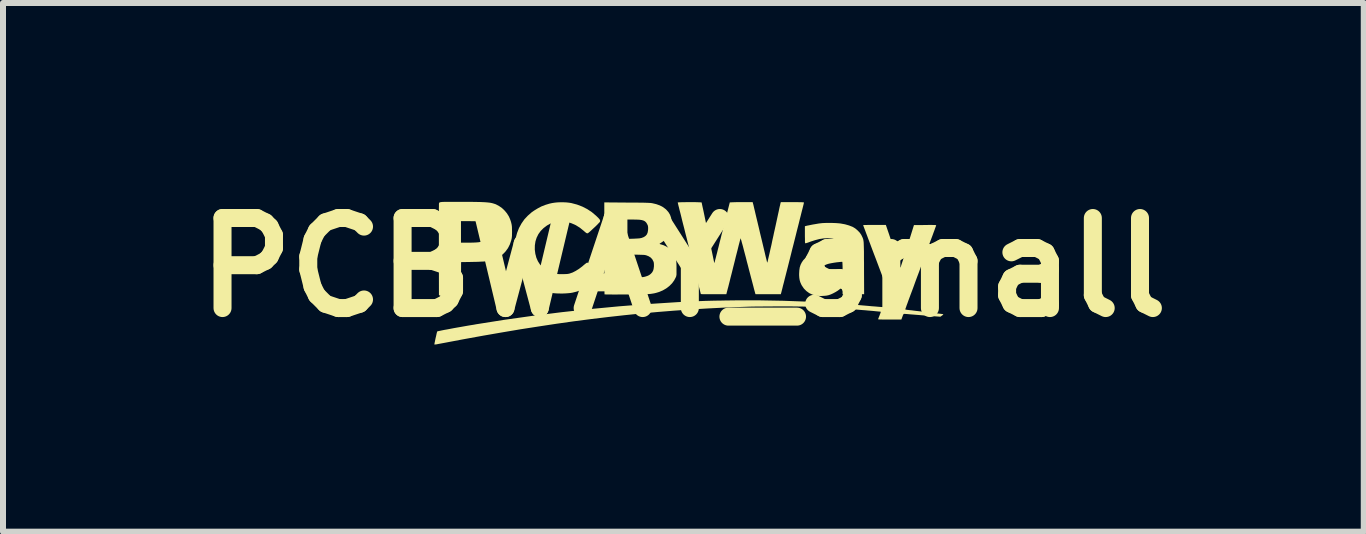
<source format=kicad_pcb>
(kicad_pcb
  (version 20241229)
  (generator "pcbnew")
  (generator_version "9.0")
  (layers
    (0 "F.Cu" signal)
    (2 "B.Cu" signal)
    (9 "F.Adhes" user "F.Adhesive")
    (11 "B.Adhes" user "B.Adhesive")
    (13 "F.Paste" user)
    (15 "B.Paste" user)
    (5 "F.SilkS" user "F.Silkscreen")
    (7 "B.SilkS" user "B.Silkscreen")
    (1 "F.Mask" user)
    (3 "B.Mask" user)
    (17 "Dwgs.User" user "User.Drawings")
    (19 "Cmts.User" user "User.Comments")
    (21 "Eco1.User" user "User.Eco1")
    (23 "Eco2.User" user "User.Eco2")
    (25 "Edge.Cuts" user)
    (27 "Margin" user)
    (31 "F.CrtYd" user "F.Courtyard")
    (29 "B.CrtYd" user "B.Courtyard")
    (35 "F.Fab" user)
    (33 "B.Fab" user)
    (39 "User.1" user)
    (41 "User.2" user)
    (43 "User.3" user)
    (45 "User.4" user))
  (footprint "PCBWAY_small"
    (layer "F.Cu")
    (at 8.336 1.404)
    (property "Reference" "PCBWAY_small" (at 0 0 0) (layer "F.SilkS") (effects (font (size 1.5 1.5) (thickness 0.3))))
    (attr board_only exclude_from_pos_files exclude_from_bom)
    (fp_poly (pts (xy -2.002 -1.084) (xy -1.952 -1.082) (xy -1.906 -1.077) (xy -1.868 -1.071) (xy -1.773 -1.046) (xy -1.684 -1.012) (xy -1.602 -0.97) (xy -1.525 -0.919) (xy -1.454 -0.859) (xy -1.448 -0.853) (xy -1.423 -0.829) (xy -1.406 -0.811) (xy -1.394 -0.796) (xy -1.389 -0.784) (xy -1.387 -0.773) (xy -1.389 -0.762) (xy -1.393 -0.756) (xy -1.404 -0.743) (xy -1.421 -0.726) (xy -1.441 -0.705) (xy -1.464 -0.682) (xy -1.489 -0.659) (xy -1.514 -0.636) (xy -1.537 -0.614) (xy -1.558 -0.595) (xy -1.575 -0.581) (xy -1.588 -0.571) (xy -1.592 -0.568) (xy -1.601 -0.567) (xy -1.611 -0.569) (xy -1.623 -0.576) (xy -1.639 -0.589) (xy -1.661 -0.608) (xy -1.663 -0.61) (xy -1.725 -0.66) (xy -1.792 -0.702) (xy -1.862 -0.733) (xy -1.913 -0.75) (xy -1.933 -0.755) (xy -1.955 -0.758) (xy -1.98 -0.76) (xy -2.011 -0.761) (xy -2.03 -0.761) (xy -2.087 -0.759) (xy -2.137 -0.753) (xy -2.182 -0.742) (xy -2.224 -0.725) (xy -2.266 -0.701) (xy -2.273 -0.697) (xy -2.33 -0.654) (xy -2.378 -0.606) (xy -2.416 -0.553) (xy -2.445 -0.495) (xy -2.465 -0.432) (xy -2.475 -0.365) (xy -2.476 -0.295) (xy -2.467 -0.225) (xy -2.45 -0.16) (xy -2.424 -0.101) (xy -2.39 -0.048) (xy -2.347 -0.002) (xy -2.296 0.038) (xy -2.238 0.071) (xy -2.207 0.085) (xy -2.18 0.096) (xy -2.156 0.103) (xy -2.13 0.109) (xy -2.102 0.111) (xy -2.068 0.113) (xy -2.027 0.113) (xy -1.989 0.113) (xy -1.96 0.112) (xy -1.937 0.111) (xy -1.918 0.108) (xy -1.902 0.105) (xy -1.898 0.104) (xy -1.846 0.086) (xy -1.795 0.06) (xy -1.742 0.027) (xy -1.686 -0.015) (xy -1.662 -0.036) (xy -1.64 -0.054) (xy -1.622 -0.068) (xy -1.608 -0.077) (xy -1.601 -0.079) (xy -1.594 -0.076) (xy -1.581 -0.065) (xy -1.564 -0.05) (xy -1.543 -0.03) (xy -1.52 -0.008) (xy -1.496 0.017) (xy -1.472 0.042) (xy -1.449 0.066) (xy -1.428 0.088) (xy -1.411 0.107) (xy -1.4 0.121) (xy -1.394 0.13) (xy -1.394 0.131) (xy -1.393 0.141) (xy -1.395 0.152) (xy -1.403 0.164) (xy -1.417 0.179) (xy -1.437 0.199) (xy -1.454 0.213) (xy -1.52 0.268) (xy -1.584 0.313) (xy -1.647 0.35) (xy -1.712 0.381) (xy -1.781 0.405) (xy -1.85 0.422) (xy -1.88 0.427) (xy -1.918 0.431) (xy -1.961 0.434) (xy -2.007 0.436) (xy -2.053 0.436) (xy -2.097 0.435) (xy -2.135 0.433) (xy -2.167 0.43) (xy -2.169 0.43) (xy -2.259 0.411) (xy -2.343 0.384) (xy -2.42 0.349) (xy -2.49 0.307) (xy -2.507 0.295) (xy -2.576 0.238) (xy -2.635 0.177) (xy -2.686 0.109) (xy -2.728 0.036) (xy -2.762 -0.043) (xy -2.787 -0.129) (xy -2.795 -0.164) (xy -2.802 -0.208) (xy -2.806 -0.258) (xy -2.808 -0.311) (xy -2.807 -0.366) (xy -2.804 -0.417) (xy -2.799 -0.463) (xy -2.795 -0.485) (xy -2.771 -0.573) (xy -2.739 -0.655) (xy -2.698 -0.73) (xy -2.65 -0.799) (xy -2.592 -0.861) (xy -2.527 -0.918) (xy -2.488 -0.945) (xy -2.426 -0.983) (xy -2.365 -1.015) (xy -2.301 -1.04) (xy -2.232 -1.061) (xy -2.187 -1.071) (xy -2.149 -1.077) (xy -2.103 -1.082) (xy -2.053 -1.084)) (stroke (width 0) (type solid)) (fill yes) (layer "F.SilkS"))
    (fp_poly (pts (xy -3.783 -1.091) (xy -3.718 -1.091) (xy -3.632 -1.091) (xy -3.556 -1.091) (xy -3.489 -1.09) (xy -3.43 -1.089) (xy -3.379 -1.088) (xy -3.334 -1.086) (xy -3.296 -1.084) (xy -3.262 -1.081) (xy -3.233 -1.078) (xy -3.208 -1.074) (xy -3.185 -1.069) (xy -3.164 -1.063) (xy -3.145 -1.057) (xy -3.127 -1.051) (xy -3.075 -1.024) (xy -3.024 -0.989) (xy -2.979 -0.946) (xy -2.939 -0.898) (xy -2.907 -0.846) (xy -2.89 -0.807) (xy -2.877 -0.772) (xy -2.868 -0.74) (xy -2.861 -0.708) (xy -2.857 -0.674) (xy -2.856 -0.634) (xy -2.855 -0.59) (xy -2.856 -0.555) (xy -2.856 -0.527) (xy -2.858 -0.506) (xy -2.86 -0.487) (xy -2.864 -0.469) (xy -2.869 -0.448) (xy -2.869 -0.448) (xy -2.892 -0.381) (xy -2.923 -0.32) (xy -2.963 -0.265) (xy -3.009 -0.217) (xy -3.063 -0.176) (xy -3.122 -0.143) (xy -3.136 -0.137) (xy -3.163 -0.127) (xy -3.189 -0.119) (xy -3.218 -0.112) (xy -3.249 -0.106) (xy -3.284 -0.101) (xy -3.325 -0.097) (xy -3.372 -0.095) (xy -3.427 -0.092) (xy -3.49 -0.091) (xy -3.516 -0.09) (xy -3.704 -0.087) (xy -3.705 0.177) (xy -3.705 0.229) (xy -3.705 0.278) (xy -3.705 0.322) (xy -3.706 0.362) (xy -3.706 0.396) (xy -3.706 0.422) (xy -3.706 0.44) (xy -3.706 0.449) (xy -3.706 0.449) (xy -3.71 0.46) (xy -3.717 0.469) (xy -3.72 0.472) (xy -3.725 0.475) (xy -3.731 0.476) (xy -3.741 0.478) (xy -3.756 0.479) (xy -3.776 0.479) (xy -3.803 0.48) (xy -3.838 0.48) (xy -3.882 0.48) (xy -3.887 0.48) (xy -3.933 0.48) (xy -3.969 0.48) (xy -3.997 0.479) (xy -4.018 0.479) (xy -4.033 0.478) (xy -4.044 0.476) (xy -4.051 0.475) (xy -4.056 0.472) (xy -4.06 0.47) (xy -4.073 0.46) (xy -4.074 -0.291) (xy -4.074 -0.379) (xy -4.074 -0.465) (xy -4.074 -0.547) (xy -4.074 -0.59) (xy -3.706 -0.59) (xy -3.706 -0.411) (xy -3.59 -0.411) (xy -3.552 -0.411) (xy -3.514 -0.412) (xy -3.478 -0.413) (xy -3.447 -0.415) (xy -3.423 -0.417) (xy -3.42 -0.417) (xy -3.394 -0.421) (xy -3.368 -0.425) (xy -3.347 -0.431) (xy -3.339 -0.433) (xy -3.306 -0.45) (xy -3.277 -0.476) (xy -3.253 -0.507) (xy -3.25 -0.512) (xy -3.243 -0.526) (xy -3.238 -0.538) (xy -3.236 -0.552) (xy -3.235 -0.57) (xy -3.234 -0.593) (xy -3.235 -0.618) (xy -3.236 -0.636) (xy -3.238 -0.649) (xy -3.243 -0.661) (xy -3.25 -0.674) (xy -3.274 -0.708) (xy -3.306 -0.734) (xy -3.345 -0.753) (xy -3.39 -0.764) (xy -3.394 -0.765) (xy -3.409 -0.766) (xy -3.433 -0.767) (xy -3.463 -0.768) (xy -3.499 -0.769) (xy -3.537 -0.769) (xy -3.568 -0.77) (xy -3.706 -0.77) (xy -3.706 -0.59) (xy -4.074 -0.59) (xy -4.074 -0.626) (xy -4.074 -0.699) (xy -4.074 -0.768) (xy -4.074 -0.831) (xy -4.074 -0.887) (xy -4.074 -0.937) (xy -4.074 -0.979) (xy -4.073 -1.013) (xy -4.073 -1.037) (xy -4.073 -1.053) (xy -4.073 -1.058) (xy -4.072 -1.065) (xy -4.07 -1.07) (xy -4.069 -1.075) (xy -4.065 -1.079) (xy -4.06 -1.082) (xy -4.051 -1.085) (xy -4.039 -1.087) (xy -4.022 -1.089) (xy -4 -1.09) (xy -3.971 -1.091) (xy -3.936 -1.091) (xy -3.894 -1.091) (xy -3.843 -1.091)) (stroke (width 0) (type solid)) (fill yes) (layer "F.SilkS"))
    (fp_poly (pts (xy 2.499 -0.739) (xy 2.545 -0.737) (xy 2.585 -0.734) (xy 2.615 -0.731) (xy 2.692 -0.717) (xy 2.759 -0.698) (xy 2.818 -0.675) (xy 2.82 -0.674) (xy 2.862 -0.649) (xy 2.901 -0.616) (xy 2.936 -0.58) (xy 2.963 -0.541) (xy 2.97 -0.527) (xy 2.976 -0.514) (xy 2.982 -0.502) (xy 2.987 -0.491) (xy 2.991 -0.48) (xy 2.995 -0.468) (xy 2.998 -0.455) (xy 3 -0.44) (xy 3.003 -0.421) (xy 3.004 -0.399) (xy 3.005 -0.372) (xy 3.006 -0.34) (xy 3.007 -0.302) (xy 3.008 -0.258) (xy 3.008 -0.205) (xy 3.008 -0.145) (xy 3.009 -0.076) (xy 3.009 0.003) (xy 3.009 0.012) (xy 3.011 0.448) (xy 2.831 0.448) (xy 2.652 0.448) (xy 2.652 0.39) (xy 2.651 0.367) (xy 2.65 0.348) (xy 2.649 0.336) (xy 2.647 0.332) (xy 2.642 0.335) (xy 2.63 0.344) (xy 2.614 0.356) (xy 2.601 0.367) (xy 2.57 0.39) (xy 2.534 0.412) (xy 2.495 0.433) (xy 2.456 0.451) (xy 2.421 0.463) (xy 2.409 0.466) (xy 2.379 0.472) (xy 2.343 0.475) (xy 2.305 0.477) (xy 2.267 0.477) (xy 2.233 0.475) (xy 2.212 0.472) (xy 2.151 0.455) (xy 2.097 0.43) (xy 2.05 0.396) (xy 2.008 0.354) (xy 1.973 0.303) (xy 1.961 0.28) (xy 1.947 0.247) (xy 1.937 0.213) (xy 1.931 0.176) (xy 1.928 0.133) (xy 1.928 0.108) (xy 1.929 0.086) (xy 2.293 0.086) (xy 2.297 0.127) (xy 2.307 0.159) (xy 2.324 0.185) (xy 2.35 0.204) (xy 2.384 0.217) (xy 2.4 0.221) (xy 2.429 0.225) (xy 2.463 0.225) (xy 2.498 0.221) (xy 2.529 0.215) (xy 2.544 0.211) (xy 2.572 0.198) (xy 2.601 0.182) (xy 2.627 0.165) (xy 2.64 0.153) (xy 2.644 0.149) (xy 2.647 0.145) (xy 2.649 0.138) (xy 2.65 0.127) (xy 2.651 0.112) (xy 2.652 0.091) (xy 2.652 0.061) (xy 2.652 0.026) (xy 2.652 -0.007) (xy 2.651 -0.037) (xy 2.65 -0.062) (xy 2.649 -0.08) (xy 2.648 -0.09) (xy 2.648 -0.091) (xy 2.641 -0.092) (xy 2.627 -0.091) (xy 2.605 -0.089) (xy 2.578 -0.086) (xy 2.557 -0.084) (xy 2.509 -0.077) (xy 2.464 -0.069) (xy 2.424 -0.061) (xy 2.391 -0.051) (xy 2.367 -0.041) (xy 2.359 -0.037) (xy 2.329 -0.013) (xy 2.309 0.016) (xy 2.297 0.051) (xy 2.293 0.086) (xy 1.929 0.086) (xy 1.931 0.051) (xy 1.938 0.002) (xy 1.952 -0.042) (xy 1.972 -0.082) (xy 1.998 -0.12) (xy 2 -0.122) (xy 2.038 -0.161) (xy 2.084 -0.195) (xy 2.14 -0.224) (xy 2.203 -0.249) (xy 2.274 -0.268) (xy 2.301 -0.274) (xy 2.33 -0.279) (xy 2.367 -0.284) (xy 2.41 -0.29) (xy 2.456 -0.295) (xy 2.502 -0.3) (xy 2.546 -0.305) (xy 2.586 -0.308) (xy 2.598 -0.309) (xy 2.653 -0.313) (xy 2.65 -0.341) (xy 2.643 -0.377) (xy 2.628 -0.406) (xy 2.606 -0.431) (xy 2.575 -0.45) (xy 2.536 -0.465) (xy 2.488 -0.476) (xy 2.46 -0.48) (xy 2.398 -0.485) (xy 2.334 -0.482) (xy 2.268 -0.472) (xy 2.198 -0.454) (xy 2.122 -0.43) (xy 2.11 -0.425) (xy 2.085 -0.416) (xy 2.062 -0.408) (xy 2.045 -0.403) (xy 2.035 -0.401) (xy 2.035 -0.401) (xy 2.032 -0.401) (xy 2.029 -0.403) (xy 2.027 -0.408) (xy 2.026 -0.416) (xy 2.025 -0.43) (xy 2.025 -0.45) (xy 2.025 -0.478) (xy 2.024 -0.514) (xy 2.024 -0.543) (xy 2.024 -0.685) (xy 2.044 -0.69) (xy 2.064 -0.695) (xy 2.091 -0.7) (xy 2.124 -0.707) (xy 2.16 -0.714) (xy 2.196 -0.72) (xy 2.231 -0.726) (xy 2.26 -0.731) (xy 2.28 -0.733) (xy 2.314 -0.737) (xy 2.355 -0.739) (xy 2.402 -0.74) (xy 2.45 -0.74)) (stroke (width 0) (type solid)) (fill yes) (layer "F.SilkS"))
    (fp_poly (pts (xy -0.945 -1.079) (xy -0.871 -1.079) (xy -0.806 -1.078) (xy -0.75 -1.078) (xy -0.702 -1.077) (xy -0.662 -1.077) (xy -0.629 -1.076) (xy -0.601 -1.075) (xy -0.578 -1.074) (xy -0.559 -1.073) (xy -0.543 -1.072) (xy -0.531 -1.07) (xy -0.522 -1.069) (xy -0.453 -1.053) (xy -0.392 -1.031) (xy -0.339 -1.003) (xy -0.292 -0.967) (xy -0.282 -0.957) (xy -0.248 -0.918) (xy -0.223 -0.876) (xy -0.206 -0.829) (xy -0.196 -0.776) (xy -0.193 -0.725) (xy -0.195 -0.68) (xy -0.2 -0.641) (xy -0.211 -0.604) (xy -0.228 -0.565) (xy -0.233 -0.554) (xy -0.258 -0.512) (xy -0.292 -0.472) (xy -0.332 -0.437) (xy -0.365 -0.414) (xy -0.382 -0.404) (xy -0.393 -0.396) (xy -0.397 -0.391) (xy -0.397 -0.39) (xy -0.39 -0.387) (xy -0.376 -0.382) (xy -0.367 -0.38) (xy -0.329 -0.368) (xy -0.289 -0.349) (xy -0.25 -0.327) (xy -0.213 -0.302) (xy -0.184 -0.276) (xy -0.178 -0.27) (xy -0.162 -0.25) (xy -0.148 -0.23) (xy -0.138 -0.208) (xy -0.13 -0.183) (xy -0.124 -0.153) (xy -0.12 -0.117) (xy -0.117 -0.075) (xy -0.115 -0.023) (xy -0.115 0.005) (xy -0.115 0.046) (xy -0.115 0.077) (xy -0.115 0.101) (xy -0.115 0.119) (xy -0.117 0.132) (xy -0.119 0.143) (xy -0.121 0.152) (xy -0.125 0.162) (xy -0.127 0.166) (xy -0.154 0.218) (xy -0.19 0.267) (xy -0.235 0.312) (xy -0.286 0.351) (xy -0.343 0.384) (xy -0.404 0.41) (xy -0.45 0.424) (xy -0.469 0.429) (xy -0.487 0.433) (xy -0.504 0.436) (xy -0.523 0.439) (xy -0.543 0.442) (xy -0.565 0.444) (xy -0.592 0.446) (xy -0.622 0.447) (xy -0.657 0.448) (xy -0.699 0.449) (xy -0.748 0.45) (xy -0.804 0.451) (xy -0.869 0.451) (xy -0.944 0.452) (xy -0.949 0.452) (xy -1.01 0.452) (xy -1.067 0.452) (xy -1.121 0.453) (xy -1.17 0.453) (xy -1.213 0.452) (xy -1.25 0.452) (xy -1.279 0.452) (xy -1.3 0.451) (xy -1.312 0.451) (xy -1.314 0.45) (xy -1.314 0.445) (xy -1.315 0.429) (xy -1.315 0.404) (xy -1.316 0.37) (xy -1.316 0.328) (xy -1.316 0.279) (xy -1.317 0.222) (xy -1.317 0.16) (xy -1.317 0.091) (xy -1.318 0.017) (xy -1.318 -0.02) (xy -0.933 -0.02) (xy -0.933 0.17) (xy -0.8 0.167) (xy -0.758 0.166) (xy -0.725 0.165) (xy -0.699 0.164) (xy -0.679 0.163) (xy -0.663 0.161) (xy -0.649 0.158) (xy -0.637 0.155) (xy -0.63 0.153) (xy -0.602 0.144) (xy -0.582 0.135) (xy -0.565 0.125) (xy -0.549 0.113) (xy -0.542 0.107) (xy -0.521 0.084) (xy -0.506 0.058) (xy -0.497 0.029) (xy -0.492 -0.008) (xy -0.491 -0.018) (xy -0.491 -0.045) (xy -0.492 -0.065) (xy -0.494 -0.081) (xy -0.499 -0.097) (xy -0.501 -0.101) (xy -0.519 -0.135) (xy -0.545 -0.163) (xy -0.58 -0.185) (xy -0.621 -0.201) (xy -0.64 -0.205) (xy -0.654 -0.207) (xy -0.677 -0.208) (xy -0.707 -0.209) (xy -0.741 -0.21) (xy -0.778 -0.211) (xy -0.802 -0.211) (xy -0.933 -0.211) (xy -0.933 -0.02) (xy -1.318 -0.02) (xy -1.318 -0.062) (xy -1.318 -0.144) (xy -1.318 -0.231) (xy -1.318 -0.318) (xy -1.318 -0.635) (xy -0.933 -0.635) (xy -0.933 -0.474) (xy -0.832 -0.477) (xy -0.79 -0.479) (xy -0.757 -0.481) (xy -0.731 -0.483) (xy -0.711 -0.487) (xy -0.696 -0.49) (xy -0.658 -0.505) (xy -0.629 -0.525) (xy -0.608 -0.55) (xy -0.595 -0.583) (xy -0.589 -0.622) (xy -0.588 -0.641) (xy -0.588 -0.665) (xy -0.59 -0.683) (xy -0.593 -0.697) (xy -0.6 -0.712) (xy -0.604 -0.72) (xy -0.616 -0.741) (xy -0.631 -0.758) (xy -0.648 -0.771) (xy -0.67 -0.781) (xy -0.697 -0.788) (xy -0.731 -0.793) (xy -0.774 -0.795) (xy -0.825 -0.796) (xy -0.829 -0.796) (xy -0.933 -0.796) (xy -0.933 -0.635) (xy -1.318 -0.635) (xy -1.318 -1.082)) (stroke (width 0) (type solid)) (fill yes) (layer "F.SilkS"))
    (fp_poly (pts (xy 0.162 -1.086) (xy 0.199 -1.086) (xy 0.232 -1.085) (xy 0.261 -1.084) (xy 0.283 -1.083) (xy 0.298 -1.082) (xy 0.303 -1.081) (xy 0.305 -1.075) (xy 0.308 -1.06) (xy 0.313 -1.035) (xy 0.32 -1.003) (xy 0.329 -0.963) (xy 0.339 -0.916) (xy 0.35 -0.863) (xy 0.362 -0.805) (xy 0.375 -0.743) (xy 0.389 -0.676) (xy 0.403 -0.606) (xy 0.409 -0.579) (xy 0.423 -0.508) (xy 0.438 -0.44) (xy 0.451 -0.376) (xy 0.463 -0.316) (xy 0.475 -0.261) (xy 0.485 -0.212) (xy 0.494 -0.169) (xy 0.501 -0.134) (xy 0.507 -0.106) (xy 0.511 -0.087) (xy 0.513 -0.077) (xy 0.513 -0.076) (xy 0.516 -0.076) (xy 0.518 -0.079) (xy 0.52 -0.085) (xy 0.524 -0.101) (xy 0.53 -0.125) (xy 0.539 -0.158) (xy 0.549 -0.198) (xy 0.561 -0.244) (xy 0.574 -0.297) (xy 0.589 -0.355) (xy 0.604 -0.417) (xy 0.621 -0.483) (xy 0.638 -0.553) (xy 0.646 -0.582) (xy 0.663 -0.652) (xy 0.68 -0.72) (xy 0.696 -0.783) (xy 0.711 -0.843) (xy 0.725 -0.898) (xy 0.738 -0.946) (xy 0.749 -0.989) (xy 0.758 -1.024) (xy 0.765 -1.052) (xy 0.77 -1.07) (xy 0.772 -1.08) (xy 0.773 -1.081) (xy 0.778 -1.082) (xy 0.794 -1.083) (xy 0.817 -1.084) (xy 0.847 -1.085) (xy 0.883 -1.086) (xy 0.923 -1.086) (xy 0.965 -1.086) (xy 1.154 -1.086) (xy 1.159 -1.066) (xy 1.161 -1.058) (xy 1.166 -1.041) (xy 1.172 -1.015) (xy 1.18 -0.98) (xy 1.19 -0.939) (xy 1.201 -0.891) (xy 1.214 -0.837) (xy 1.228 -0.779) (xy 1.243 -0.716) (xy 1.259 -0.649) (xy 1.275 -0.58) (xy 1.278 -0.567) (xy 1.295 -0.497) (xy 1.311 -0.431) (xy 1.326 -0.368) (xy 1.34 -0.309) (xy 1.353 -0.255) (xy 1.364 -0.207) (xy 1.374 -0.165) (xy 1.383 -0.131) (xy 1.389 -0.104) (xy 1.394 -0.086) (xy 1.396 -0.078) (xy 1.396 -0.077) (xy 1.398 -0.081) (xy 1.402 -0.094) (xy 1.408 -0.117) (xy 1.415 -0.15) (xy 1.425 -0.192) (xy 1.437 -0.244) (xy 1.45 -0.304) (xy 1.466 -0.372) (xy 1.482 -0.45) (xy 1.501 -0.535) (xy 1.507 -0.565) (xy 1.523 -0.636) (xy 1.538 -0.704) (xy 1.552 -0.769) (xy 1.565 -0.829) (xy 1.577 -0.885) (xy 1.588 -0.934) (xy 1.597 -0.978) (xy 1.605 -1.014) (xy 1.612 -1.042) (xy 1.616 -1.062) (xy 1.619 -1.073) (xy 1.619 -1.074) (xy 1.623 -1.086) (xy 1.816 -1.086) (xy 1.867 -1.086) (xy 1.909 -1.086) (xy 1.941 -1.085) (xy 1.966 -1.085) (xy 1.985 -1.084) (xy 1.997 -1.083) (xy 2.005 -1.082) (xy 2.008 -1.08) (xy 2.009 -1.079) (xy 2.007 -1.073) (xy 2.004 -1.058) (xy 1.998 -1.034) (xy 1.99 -1.002) (xy 1.98 -0.962) (xy 1.968 -0.916) (xy 1.955 -0.863) (xy 1.94 -0.805) (xy 1.925 -0.743) (xy 1.908 -0.676) (xy 1.89 -0.606) (xy 1.872 -0.533) (xy 1.853 -0.458) (xy 1.834 -0.382) (xy 1.814 -0.305) (xy 1.795 -0.228) (xy 1.776 -0.152) (xy 1.757 -0.077) (xy 1.739 -0.005) (xy 1.721 0.065) (xy 1.704 0.132) (xy 1.688 0.194) (xy 1.674 0.251) (xy 1.66 0.303) (xy 1.649 0.349) (xy 1.639 0.387) (xy 1.631 0.419) (xy 1.628 0.428) (xy 1.623 0.448) (xy 1.412 0.448) (xy 1.202 0.448) (xy 1.197 0.436) (xy 1.195 0.429) (xy 1.191 0.413) (xy 1.184 0.388) (xy 1.175 0.355) (xy 1.165 0.315) (xy 1.153 0.269) (xy 1.139 0.216) (xy 1.124 0.159) (xy 1.108 0.098) (xy 1.091 0.033) (xy 1.075 -0.03) (xy 1.057 -0.097) (xy 1.041 -0.162) (xy 1.025 -0.222) (xy 1.01 -0.278) (xy 0.997 -0.329) (xy 0.985 -0.374) (xy 0.974 -0.412) (xy 0.966 -0.443) (xy 0.959 -0.466) (xy 0.955 -0.48) (xy 0.954 -0.485) (xy 0.952 -0.48) (xy 0.948 -0.466) (xy 0.941 -0.443) (xy 0.933 -0.412) (xy 0.923 -0.374) (xy 0.912 -0.33) (xy 0.9 -0.281) (xy 0.886 -0.227) (xy 0.871 -0.169) (xy 0.86 -0.123) (xy 0.844 -0.059) (xy 0.828 0.004) (xy 0.813 0.065) (xy 0.798 0.124) (xy 0.784 0.178) (xy 0.772 0.228) (xy 0.761 0.271) (xy 0.752 0.307) (xy 0.745 0.335) (xy 0.742 0.344) (xy 0.715 0.448) (xy 0.503 0.448) (xy 0.457 0.448) (xy 0.414 0.448) (xy 0.376 0.448) (xy 0.343 0.447) (xy 0.317 0.447) (xy 0.3 0.446) (xy 0.291 0.445) (xy 0.29 0.445) (xy 0.289 0.44) (xy 0.285 0.425) (xy 0.279 0.401) (xy 0.271 0.368) (xy 0.26 0.327) (xy 0.248 0.279) (xy 0.235 0.225) (xy 0.219 0.163) (xy 0.202 0.097) (xy 0.184 0.025) (xy 0.165 -0.052) (xy 0.144 -0.132) (xy 0.123 -0.216) (xy 0.101 -0.303) (xy 0.098 -0.316) (xy 0.075 -0.403) (xy 0.054 -0.488) (xy 0.033 -0.569) (xy 0.014 -0.646) (xy -0.005 -0.719) (xy -0.022 -0.787) (xy -0.037 -0.849) (xy -0.051 -0.905) (xy -0.064 -0.954) (xy -0.074 -0.996) (xy -0.083 -1.03) (xy -0.089 -1.056) (xy -0.093 -1.073) (xy -0.095 -1.08) (xy -0.095 -1.08) (xy -0.09 -1.082) (xy -0.076 -1.083) (xy -0.054 -1.084) (xy -0.025 -1.085) (xy 0.008 -1.085) (xy 0.044 -1.086) (xy 0.083 -1.086) (xy 0.123 -1.086)) (stroke (width 0) (type solid)) (fill yes) (layer "F.SilkS"))
    (fp_poly (pts (xy 3.404 -0.615) (xy 3.412 -0.592) (xy 3.423 -0.56) (xy 3.436 -0.521) (xy 3.451 -0.476) (xy 3.468 -0.427) (xy 3.486 -0.375) (xy 3.504 -0.321) (xy 3.522 -0.266) (xy 3.524 -0.26) (xy 3.541 -0.209) (xy 3.557 -0.162) (xy 3.571 -0.119) (xy 3.585 -0.08) (xy 3.596 -0.048) (xy 3.605 -0.023) (xy 3.611 -0.005) (xy 3.615 0.004) (xy 3.616 0.005) (xy 3.618 0.00025) (xy 3.623 -0.014) (xy 3.63 -0.037) (xy 3.64 -0.067) (xy 3.652 -0.104) (xy 3.666 -0.147) (xy 3.682 -0.196) (xy 3.698 -0.249) (xy 3.716 -0.305) (xy 3.73 -0.349) (xy 3.841 -0.704) (xy 4.027 -0.705) (xy 4.077 -0.706) (xy 4.116 -0.706) (xy 4.147 -0.706) (xy 4.171 -0.705) (xy 4.188 -0.705) (xy 4.2 -0.704) (xy 4.207 -0.703) (xy 4.21 -0.701) (xy 4.211 -0.699) (xy 4.211 -0.697) (xy 4.209 -0.691) (xy 4.203 -0.676) (xy 4.194 -0.652) (xy 4.183 -0.62) (xy 4.168 -0.58) (xy 4.151 -0.533) (xy 4.131 -0.48) (xy 4.109 -0.421) (xy 4.085 -0.356) (xy 4.06 -0.287) (xy 4.032 -0.213) (xy 4.004 -0.136) (xy 3.974 -0.056) (xy 3.952 0.004) (xy 3.922 0.086) (xy 3.892 0.165) (xy 3.864 0.241) (xy 3.838 0.313) (xy 3.813 0.381) (xy 3.789 0.444) (xy 3.768 0.501) (xy 3.749 0.552) (xy 3.733 0.597) (xy 3.719 0.634) (xy 3.709 0.664) (xy 3.701 0.685) (xy 3.697 0.697) (xy 3.696 0.7) (xy 3.7 0.703) (xy 3.714 0.706) (xy 3.733 0.709) (xy 3.752 0.711) (xy 3.777 0.714) (xy 3.808 0.717) (xy 3.845 0.722) (xy 3.887 0.727) (xy 3.933 0.732) (xy 3.981 0.738) (xy 4.029 0.743) (xy 4.078 0.749) (xy 4.125 0.755) (xy 4.17 0.76) (xy 4.211 0.765) (xy 4.247 0.77) (xy 4.276 0.773) (xy 4.299 0.776) (xy 4.313 0.778) (xy 4.316 0.778) (xy 4.327 0.781) (xy 4.33 0.785) (xy 4.325 0.791) (xy 4.312 0.801) (xy 4.304 0.807) (xy 4.281 0.823) (xy 4.137 0.812) (xy 4.089 0.808) (xy 4.035 0.804) (xy 3.977 0.799) (xy 3.92 0.794) (xy 3.868 0.79) (xy 3.843 0.788) (xy 3.804 0.785) (xy 3.767 0.782) (xy 3.735 0.779) (xy 3.709 0.777) (xy 3.69 0.776) (xy 3.68 0.775) (xy 3.68 0.775) (xy 3.673 0.776) (xy 3.668 0.78) (xy 3.662 0.789) (xy 3.655 0.805) (xy 3.649 0.822) (xy 3.631 0.87) (xy 3.436 0.87) (xy 3.384 0.87) (xy 3.341 0.87) (xy 3.307 0.869) (xy 3.282 0.869) (xy 3.263 0.868) (xy 3.251 0.867) (xy 3.245 0.865) (xy 3.244 0.863) (xy 3.244 0.863) (xy 3.255 0.834) (xy 3.266 0.807) (xy 3.275 0.782) (xy 3.283 0.761) (xy 3.287 0.747) (xy 3.289 0.741) (xy 3.289 0.741) (xy 3.283 0.739) (xy 3.267 0.737) (xy 3.243 0.735) (xy 3.211 0.732) (xy 3.173 0.728) (xy 3.128 0.724) (xy 3.079 0.72) (xy 3.026 0.715) (xy 2.97 0.711) (xy 2.912 0.706) (xy 2.852 0.701) (xy 2.793 0.697) (xy 2.735 0.692) (xy 2.678 0.688) (xy 2.624 0.684) (xy 2.573 0.681) (xy 2.565 0.68) (xy 2.476 0.675) (xy 2.393 0.67) (xy 2.315 0.665) (xy 2.241 0.661) (xy 2.169 0.658) (xy 2.097 0.656) (xy 2.025 0.654) (xy 1.95 0.653) (xy 1.872 0.652) (xy 1.788 0.651) (xy 1.698 0.651) (xy 1.6 0.651) (xy 1.521 0.651) (xy 1.435 0.652) (xy 1.358 0.652) (xy 1.288 0.653) (xy 1.224 0.653) (xy 1.164 0.654) (xy 1.107 0.655) (xy 1.051 0.657) (xy 0.993 0.659) (xy 0.934 0.661) (xy 0.871 0.663) (xy 0.802 0.666) (xy 0.726 0.669) (xy 0.659 0.672) (xy 0.386 0.686) (xy 0.115 0.703) (xy -0.157 0.722) (xy -0.43 0.744) (xy -0.703 0.769) (xy -0.979 0.797) (xy -1.257 0.828) (xy -1.539 0.862) (xy -1.825 0.899) (xy -2.115 0.94) (xy -2.411 0.985) (xy -2.714 1.032) (xy -3.022 1.084) (xy -3.339 1.139) (xy -3.664 1.198) (xy -3.997 1.261) (xy -4.084 1.277) (xy -4.113 1.283) (xy -4.132 1.285) (xy -4.143 1.286) (xy -4.148 1.285) (xy -4.149 1.283) (xy -4.148 1.275) (xy -4.145 1.258) (xy -4.14 1.235) (xy -4.135 1.209) (xy -4.129 1.18) (xy -4.122 1.151) (xy -4.116 1.124) (xy -4.111 1.1) (xy -4.106 1.082) (xy -4.103 1.071) (xy -4.102 1.069) (xy -4.096 1.066) (xy -4.079 1.062) (xy -4.054 1.057) (xy -4.021 1.05) (xy -3.981 1.042) (xy -3.934 1.034) (xy -3.882 1.024) (xy -3.825 1.013) (xy -3.763 1.002) (xy -3.699 0.991) (xy -3.632 0.979) (xy -3.563 0.967) (xy -3.493 0.956) (xy -3.456 0.949) (xy -2.988 0.875) (xy -2.513 0.808) (xy -2.034 0.748) (xy -1.551 0.695) (xy -1.066 0.649) (xy -0.581 0.611) (xy -0.098 0.58) (xy 0.058 0.572) (xy 0.137 0.568) (xy 0.213 0.565) (xy 0.289 0.562) (xy 0.366 0.559) (xy 0.445 0.557) (xy 0.528 0.555) (xy 0.616 0.554) (xy 0.711 0.552) (xy 0.814 0.551) (xy 0.88 0.55) (xy 1.271 0.55) (xy 1.659 0.557) (xy 2.047 0.571) (xy 2.437 0.592) (xy 2.831 0.621) (xy 3.095 0.644) (xy 3.137 0.648) (xy 3.178 0.651) (xy 3.215 0.654) (xy 3.247 0.657) (xy 3.272 0.659) (xy 3.289 0.66) (xy 3.294 0.661) (xy 3.322 0.662) (xy 3.37 0.541) (xy 3.417 0.42) (xy 3.206 -0.141) (xy 3.178 -0.214) (xy 3.151 -0.285) (xy 3.126 -0.352) (xy 3.102 -0.416) (xy 3.08 -0.474) (xy 3.06 -0.528) (xy 3.042 -0.575) (xy 3.027 -0.616) (xy 3.014 -0.65) (xy 3.004 -0.676) (xy 2.998 -0.694) (xy 2.995 -0.703) (xy 2.994 -0.704) (xy 3 -0.704) (xy 3.014 -0.705) (xy 3.037 -0.705) (xy 3.066 -0.706) (xy 3.102 -0.706) (xy 3.142 -0.706) (xy 3.184 -0.706) (xy 3.373 -0.706)) (stroke (width 0) (type solid)) (fill yes) (layer "F.SilkS")))
  (gr_rect
    (start -3 -3)
    (end 19.671 5.808)
    (stroke (width 0.1) (type default))
    (fill no)
    (layer "Edge.Cuts")))
</source>
